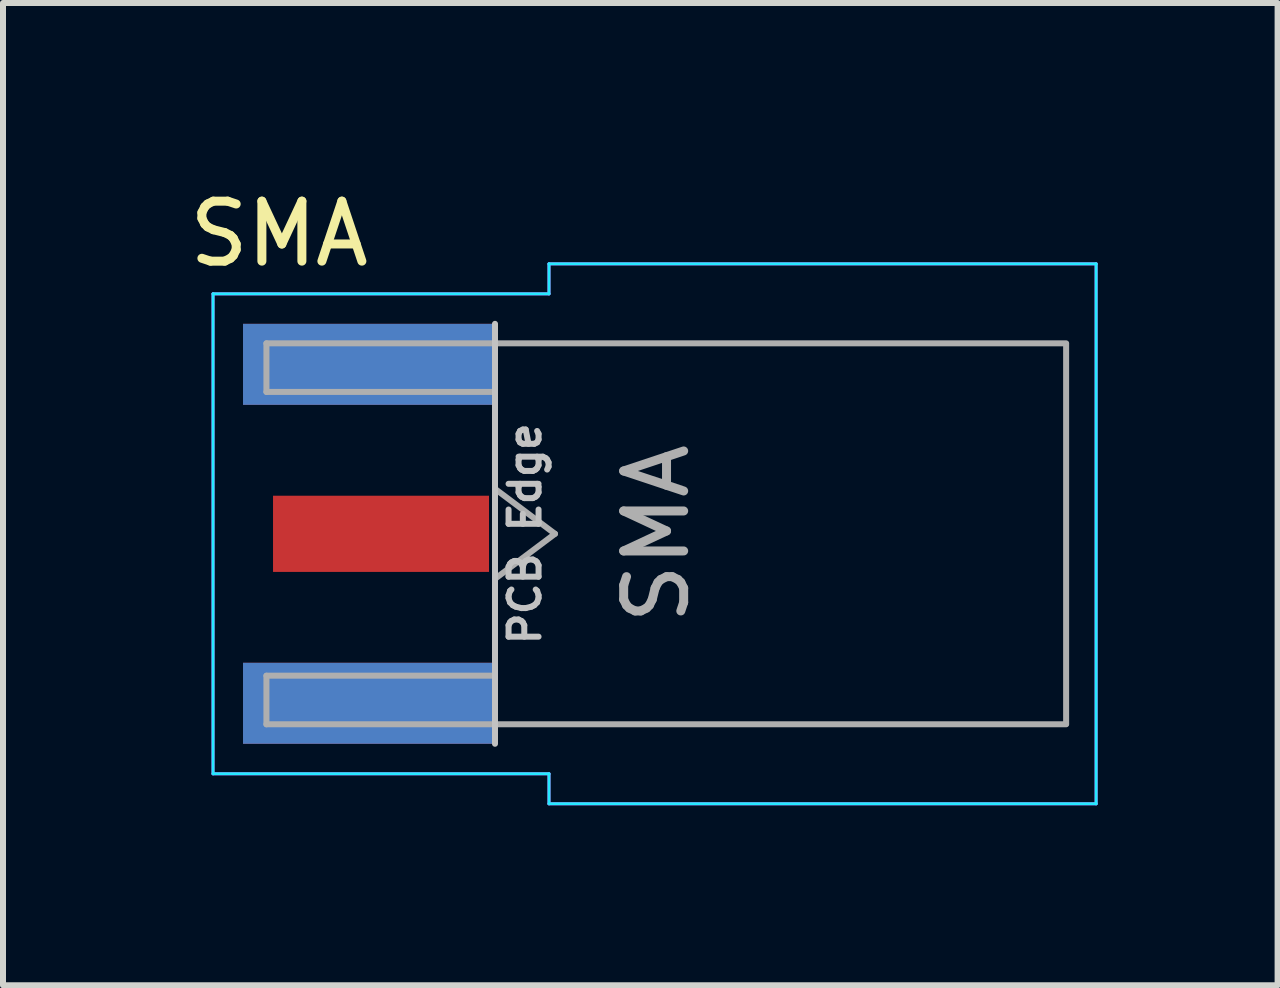
<source format=kicad_pcb>
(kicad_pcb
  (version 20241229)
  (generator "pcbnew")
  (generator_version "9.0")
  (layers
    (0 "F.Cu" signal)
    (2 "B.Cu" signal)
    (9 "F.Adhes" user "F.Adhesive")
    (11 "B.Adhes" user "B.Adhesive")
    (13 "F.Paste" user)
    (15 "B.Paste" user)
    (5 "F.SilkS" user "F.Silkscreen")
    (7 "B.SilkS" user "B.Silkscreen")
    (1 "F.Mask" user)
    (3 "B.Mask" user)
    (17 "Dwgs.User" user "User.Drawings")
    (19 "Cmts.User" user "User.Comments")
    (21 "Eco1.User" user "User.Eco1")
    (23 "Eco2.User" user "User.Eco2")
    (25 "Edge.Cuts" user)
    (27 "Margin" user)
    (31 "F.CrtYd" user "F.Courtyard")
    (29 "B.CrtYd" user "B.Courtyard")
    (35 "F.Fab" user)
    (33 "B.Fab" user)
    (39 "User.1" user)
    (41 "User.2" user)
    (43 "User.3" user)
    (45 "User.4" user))
  (footprint "SMA"
    (layer "F.Cu")
    (at 3.101 5.848)
    (property "Reference" "SMA" (at -1.5 -5 0) (layer "F.SilkS") (effects (font (size 1 1) (thickness 0.15))))
    (attr smd)
    (fp_line (start 2.1 -3.5) (end 2.1 3.5) (stroke (width 0.1) (type solid)) (layer "Dwgs.User"))
    (fp_line (start -2.6 4) (end -2.6 -4) (stroke (width 0.05) (type solid)) (layer "B.CrtYd"))
    (fp_line (start 3 -4.5) (end 3 -4) (stroke (width 0.05) (type solid)) (layer "B.CrtYd"))
    (fp_line (start 3 -4) (end -2.6 -4) (stroke (width 0.05) (type solid)) (layer "B.CrtYd"))
    (fp_line (start 3 4) (end -2.6 4) (stroke (width 0.05) (type solid)) (layer "B.CrtYd"))
    (fp_line (start 3 4.5) (end 3 4) (stroke (width 0.05) (type solid)) (layer "B.CrtYd"))
    (fp_line (start 12.12 -4.5) (end 3 -4.5) (stroke (width 0.05) (type solid)) (layer "B.CrtYd"))
    (fp_line (start 12.12 -4.5) (end 12.12 4.5) (stroke (width 0.05) (type solid)) (layer "B.CrtYd"))
    (fp_line (start 12.12 4.5) (end 3 4.5) (stroke (width 0.05) (type solid)) (layer "B.CrtYd"))
    (fp_line (start -2.6 4) (end -2.6 -4) (stroke (width 0.05) (type solid)) (layer "F.CrtYd"))
    (fp_line (start 3 -4.5) (end 3 -4) (stroke (width 0.05) (type solid)) (layer "F.CrtYd"))
    (fp_line (start 3 -4) (end -2.6 -4) (stroke (width 0.05) (type solid)) (layer "F.CrtYd"))
    (fp_line (start 3 4) (end -2.6 4) (stroke (width 0.05) (type solid)) (layer "F.CrtYd"))
    (fp_line (start 3 4.5) (end 3 4) (stroke (width 0.05) (type solid)) (layer "F.CrtYd"))
    (fp_line (start 12.12 -4.5) (end 3 -4.5) (stroke (width 0.05) (type solid)) (layer "F.CrtYd"))
    (fp_line (start 12.12 -4.5) (end 12.12 4.5) (stroke (width 0.05) (type solid)) (layer "F.CrtYd"))
    (fp_line (start 12.12 4.5) (end 3 4.5) (stroke (width 0.05) (type solid)) (layer "F.CrtYd"))
    (fp_line (start -1.71 -3.175) (end -1.71 -2.365) (stroke (width 0.1) (type solid)) (layer "F.Fab"))
    (fp_line (start -1.71 -3.175) (end 11.62 -3.175) (stroke (width 0.1) (type solid)) (layer "F.Fab"))
    (fp_line (start -1.71 -2.365) (end 2.1 -2.365) (stroke (width 0.1) (type solid)) (layer "F.Fab"))
    (fp_line (start -1.71 2.365) (end -1.71 3.175) (stroke (width 0.1) (type solid)) (layer "F.Fab"))
    (fp_line (start -1.71 3.175) (end 11.62 3.175) (stroke (width 0.1) (type solid)) (layer "F.Fab"))
    (fp_line (start 2.1 -2.365) (end 2.1 2.365) (stroke (width 0.1) (type solid)) (layer "F.Fab"))
    (fp_line (start 2.1 -0.75) (end 3.1 0) (stroke (width 0.1) (type solid)) (layer "F.Fab"))
    (fp_line (start 2.1 2.365) (end -1.71 2.365) (stroke (width 0.1) (type solid)) (layer "F.Fab"))
    (fp_line (start 3.1 0) (end 2.1 0.75) (stroke (width 0.1) (type solid)) (layer "F.Fab"))
    (fp_line (start 11.62 -3.165) (end 11.62 3.165) (stroke (width 0.1) (type solid)) (layer "F.Fab"))
    (fp_text user "PCB Edge" (at 2.6 0 90) (layer "Dwgs.User") (effects (font (size 0.5 0.5) (thickness 0.1))))
    (fp_text user "${REFERENCE}" (at 4.79 0 270) (layer "F.Fab") (effects (font (size 1 1) (thickness 0.15))))
    (pad "1" smd rect (at 0.2 0 90) (size 1.27 3.6) (layers "F.Cu" "F.Mask" "F.Paste"))
    (pad "2" smd rect (at 0 -2.825 90) (size 1.35 4.2) (layers "F.Cu" "F.Mask" "F.Paste"))
    (pad "2" smd rect (at 0 -2.825 90) (size 1.35 4.2) (layers "B.Cu" "B.Mask" "B.Paste"))
    (pad "2" smd rect (at 0 2.825 90) (size 1.35 4.2) (layers "F.Cu" "F.Mask" "F.Paste"))
    (pad "2" smd rect (at 0 2.825 90) (size 1.35 4.2) (layers "B.Cu" "B.Mask" "B.Paste")))
  (gr_rect
    (start -3 -3)
    (end 18.246 13.373)
    (stroke (width 0.1) (type default))
    (fill no)
    (layer "Edge.Cuts")))
</source>
